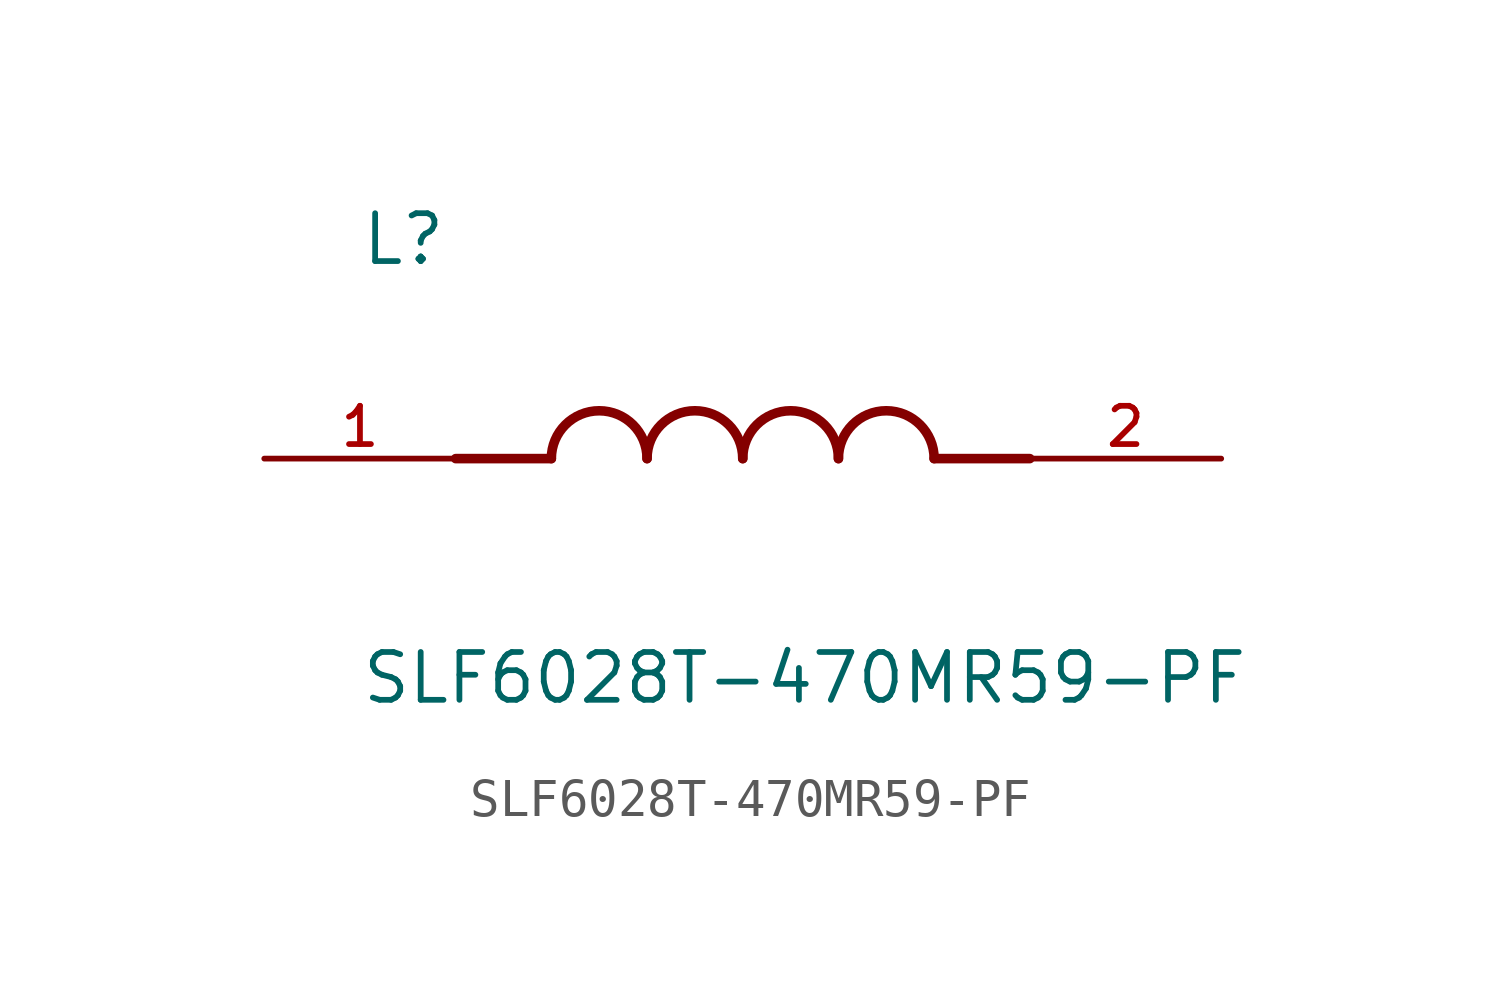
<source format=kicad_sym>
(kicad_symbol_lib
  (version 20211014)
  (generator kicad_symbol_editor)
  (symbol "SLF6028T-470MR59-PF"
    (pin_names
      (offset 1.016))
    (property "Reference" "L"
      (at -10.16 5.08 0)
      (effects (font (size 1.27 1.27)) (justify bottom left)))
    (property "Value" "SLF6028T-470MR59-PF"
      (at -10.16 -5.08 0)
      (effects (font (size 1.27 1.27)) (justify top left)))
    (symbol "SLF6028T-470MR59-PF_0_0"
      (polyline (pts (xy -5.08 0.0) (xy -7.62 0.0)) (stroke (width 0.254)))
      (polyline (pts (xy 5.08 0.0) (xy 7.62 0.0)) (stroke (width 0.254)))
      (arc (start -2.54 0.0) (mid -3.81 1.27) (end -5.08 0.0) (stroke (width 0.254) (type default) (color 0 0 0 0)) (fill (type none)))
      (arc (start 0.0 0.0) (mid -1.27 1.27) (end -2.54 0.0) (stroke (width 0.254) (type default) (color 0 0 0 0)) (fill (type none)))
      (arc (start 2.54 0.0) (mid 1.27 1.27) (end 0.0 0.0) (stroke (width 0.254) (type default) (color 0 0 0 0)) (fill (type none)))
      (arc (start 5.08 0.0) (mid 3.81 1.27) (end 2.54 0.0) (stroke (width 0.254) (type default) (color 0 0 0 0)) (fill (type none)))
      (pin passive line (at -12.7 0.0 0) (length 5.08) (name "~" (effects (font (size 1.016 1.016)))) (number "1" (effects (font (size 1.016 1.016)))))
      (pin passive line (at 12.7 0.0 180.0) (length 5.08) (name "~" (effects (font (size 1.016 1.016)))) (number "2" (effects (font (size 1.016 1.016))))))))
</source>
